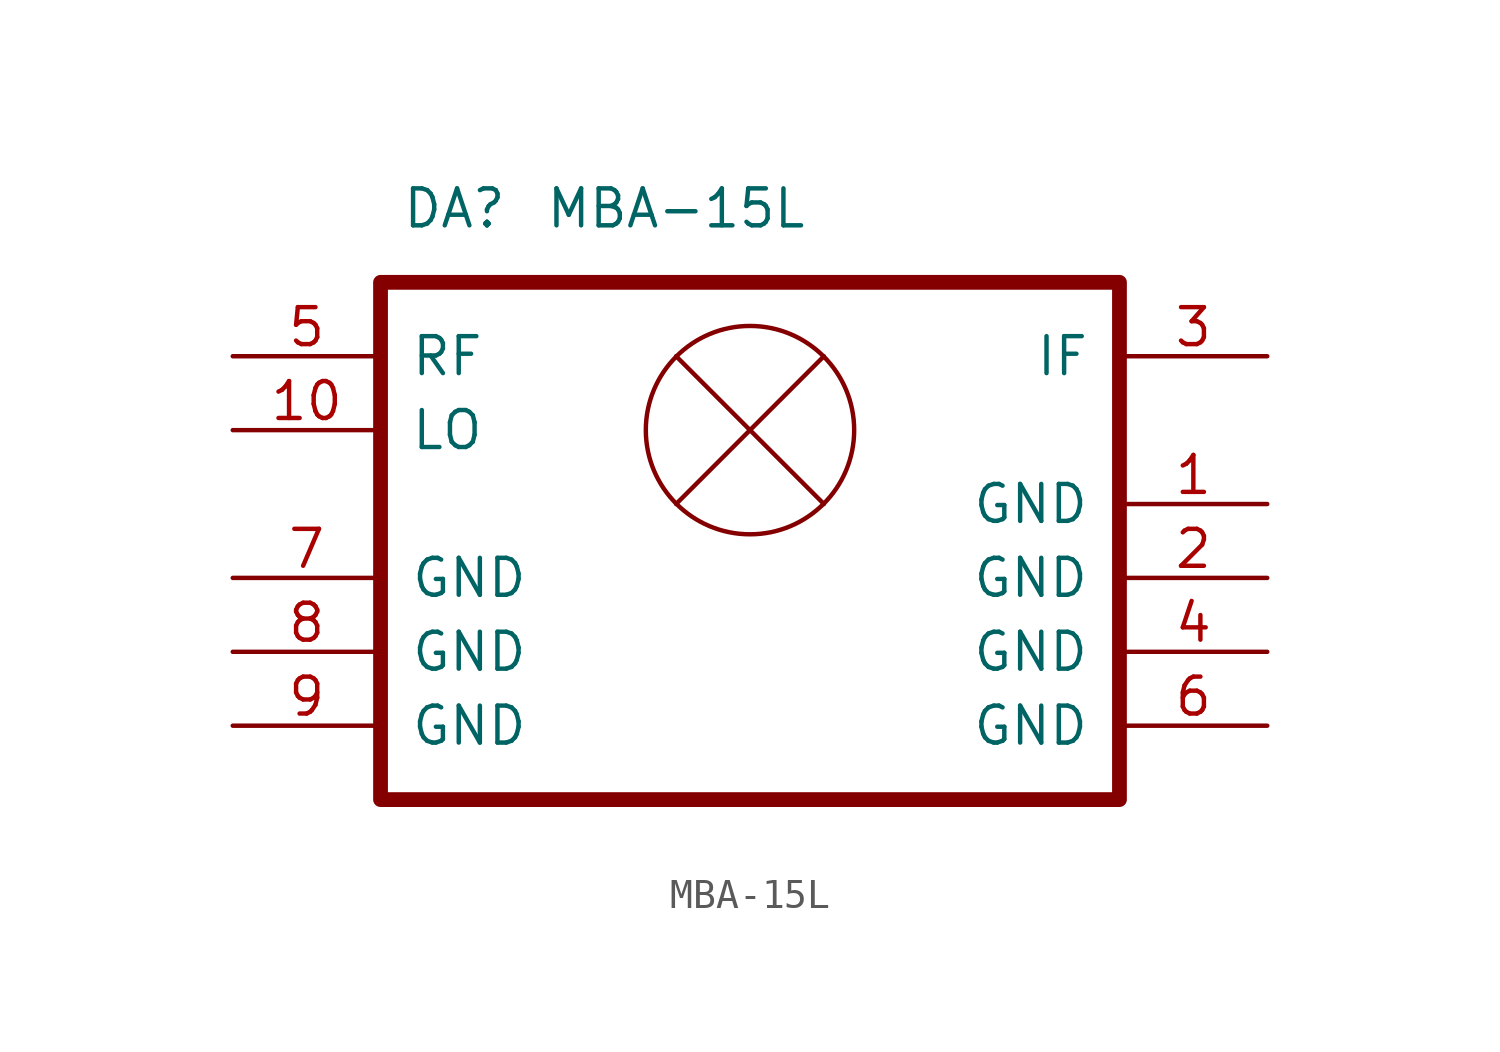
<source format=kicad_sym>
(kicad_symbol_lib
  (version 20211014)
  (generator kicad_symbol_editor)
  (symbol "MBA-15L"
    (pin_names
      (offset 1.016))
    (property "Reference" "DA"
      (at 7.62 5.08 0)
      (effects (font (size 1.27 1.27))))
    (property "Value" "MBA-15L"
      (at 15.24 5.08 0)
      (effects (font (size 1.27 1.27))))
    (symbol "MBA-15L_0_0"
      (polyline (pts (xy 15.24 0) (xy 20.32 -5.08)) (stroke (width 0) (type default) (color 0 0 0 0)) (fill (type none)))
      (polyline (pts (xy 20.32 0) (xy 15.24 -5.08)) (stroke (width 0) (type default) (color 0 0 0 0)) (fill (type none)))
      (circle (center 17.78 -2.54) (radius 3.581) (stroke (width 0) (type default) (color 0 0 0 0)) (fill (type none))))
    (symbol "MBA-15L_0_1"
      (rectangle (start 5.08 2.54) (end 30.48 -15.24) (stroke (width 0.508) (type default) (color 0 0 0 0)) (fill (type none))))
    (symbol "MBA-15L_1_1"
      (pin power_in line (at 35.56 -5.08 180) (length 5.08) (name "GND" (effects (font (size 1.27 1.27)))) (number "1" (effects (font (size 1.27 1.27)))))
      (pin input line (at 0 -2.54 0) (length 5.08) (name "LO" (effects (font (size 1.27 1.27)))) (number "10" (effects (font (size 1.27 1.27)))))
      (pin power_in line (at 35.56 -7.62 180) (length 5.08) (name "GND" (effects (font (size 1.27 1.27)))) (number "2" (effects (font (size 1.27 1.27)))))
      (pin output line (at 35.56 0 180) (length 5.08) (name "IF" (effects (font (size 1.27 1.27)))) (number "3" (effects (font (size 1.27 1.27)))))
      (pin power_in line (at 35.56 -10.16 180) (length 5.08) (name "GND" (effects (font (size 1.27 1.27)))) (number "4" (effects (font (size 1.27 1.27)))))
      (pin input line (at 0 0 0) (length 5.08) (name "RF" (effects (font (size 1.27 1.27)))) (number "5" (effects (font (size 1.27 1.27)))))
      (pin power_in line (at 35.56 -12.7 180) (length 5.08) (name "GND" (effects (font (size 1.27 1.27)))) (number "6" (effects (font (size 1.27 1.27)))))
      (pin power_in line (at 0 -7.62 0) (length 5.08) (name "GND" (effects (font (size 1.27 1.27)))) (number "7" (effects (font (size 1.27 1.27)))))
      (pin power_in line (at 0 -10.16 0) (length 5.08) (name "GND" (effects (font (size 1.27 1.27)))) (number "8" (effects (font (size 1.27 1.27)))))
      (pin power_in line (at 0 -12.7 0) (length 5.08) (name "GND" (effects (font (size 1.27 1.27)))) (number "9" (effects (font (size 1.27 1.27))))))))
</source>
